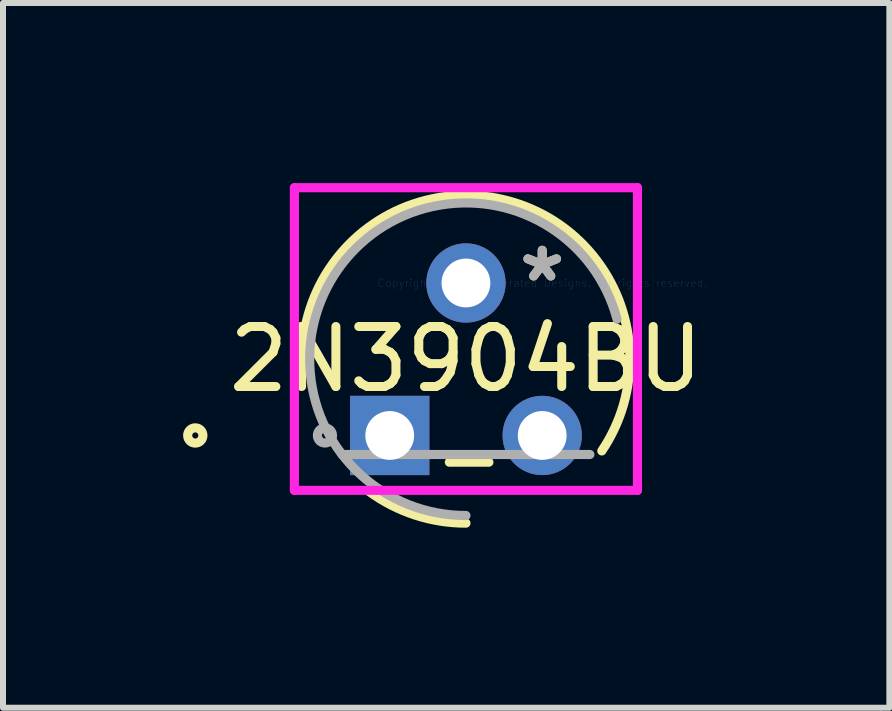
<source format=kicad_pcb>
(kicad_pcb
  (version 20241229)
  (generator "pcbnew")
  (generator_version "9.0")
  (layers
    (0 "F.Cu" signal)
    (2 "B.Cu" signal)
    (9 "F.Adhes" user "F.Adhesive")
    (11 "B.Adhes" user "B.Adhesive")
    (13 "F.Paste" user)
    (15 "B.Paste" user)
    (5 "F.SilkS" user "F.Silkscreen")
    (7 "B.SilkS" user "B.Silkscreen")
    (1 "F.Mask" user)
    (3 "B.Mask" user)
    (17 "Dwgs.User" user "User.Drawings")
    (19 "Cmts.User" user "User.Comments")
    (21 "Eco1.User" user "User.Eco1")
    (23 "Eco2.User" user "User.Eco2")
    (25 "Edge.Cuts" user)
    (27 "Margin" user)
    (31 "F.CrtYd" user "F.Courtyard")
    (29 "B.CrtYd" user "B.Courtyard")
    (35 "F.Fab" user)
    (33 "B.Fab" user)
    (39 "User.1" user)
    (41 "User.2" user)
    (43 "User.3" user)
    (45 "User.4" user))
  (footprint "2N3904BU"
    (layer "F.Cu")
    (at 5.982 1.664)
    (property "Reference" "2N3904BU" (at -1.27 1.27 0) (layer "F.SilkS") (effects (font (size 1 1) (thickness 0.15))))
    (attr through_hole)
    (fp_line (start -1.547 2.985) (end -0.888 2.985) (stroke (width 0.152) (type solid)) (layer "F.SilkS"))
    (fp_arc (start -4.0005 1.27) (mid -0.471211 -1.341047) (end 0.99314 2.797687) (stroke (width 0.1524) (type solid)) (layer "F.SilkS"))
    (fp_arc (start -1.27 4.0005) (mid -2.120323 3.864722) (end -2.886079 3.470891) (stroke (width 0.1524) (type solid)) (layer "F.SilkS"))
    (fp_circle (center -5.779 2.54) (end -5.652 2.54) (stroke (width 0.152) (type solid)) (fill no) (layer "F.SilkS"))
    (fp_line (start -4.128 -1.587) (end 1.587 -1.587) (stroke (width 0.152) (type solid)) (layer "F.CrtYd"))
    (fp_line (start -4.128 3.454) (end -4.128 -1.587) (stroke (width 0.152) (type solid)) (layer "F.CrtYd"))
    (fp_line (start 1.587 -1.587) (end 1.587 3.454) (stroke (width 0.152) (type solid)) (layer "F.CrtYd"))
    (fp_line (start 1.587 3.454) (end -4.128 3.454) (stroke (width 0.152) (type solid)) (layer "F.CrtYd"))
    (fp_line (start -3.334 2.857) (end 0.794 2.857) (stroke (width 0.152) (type solid)) (layer "F.Fab"))
    (fp_line (start -2.794 2.54) (end -2.286 2.54) (stroke (width 0.152) (type solid)) (layer "F.Fab"))
    (fp_line (start -2.54 2.794) (end -2.54 2.286) (stroke (width 0.152) (type solid)) (layer "F.Fab"))
    (fp_arc (start -1.27 3.8735) (mid -3.333506 -0.317499) (end 1.24647 0.602474) (stroke (width 0.1524) (type solid)) (layer "F.Fab"))
    (fp_circle (center -3.619 2.54) (end -3.493 2.54) (stroke (width 0.152) (type solid)) (fill no) (layer "F.Fab"))
    (fp_text user "*" (at 0 0 0) (layer "F.SilkS") (effects (font (size 1 1) (thickness 0.15))))
    (fp_text user "Copyright 2016 Accelerated Designs. All rights reserved." (at 0 0 0) (layer "Cmts.User") (effects (font (size 0.127 0.127) (thickness 0.002))))
    (fp_text user "*" (at 0 0 0) (layer "F.Fab") (effects (font (size 1 1) (thickness 0.15))))
    (pad "1" thru_hole rect (at -2.54 2.54) (size 1.321 1.321) (drill 0.813) (layers "*.Cu" "*.Mask"))
    (pad "2" thru_hole circle (at -1.27 0) (size 1.321 1.321) (drill 0.813) (layers "*.Cu" "*.Mask"))
    (pad "3" thru_hole circle (at 0 2.54) (size 1.321 1.321) (drill 0.813) (layers "*.Cu" "*.Mask")))
  (gr_rect
    (start -3 -3)
    (end 11.765 8.74)
    (stroke (width 0.1) (type default))
    (fill no)
    (layer "Edge.Cuts")))
</source>
